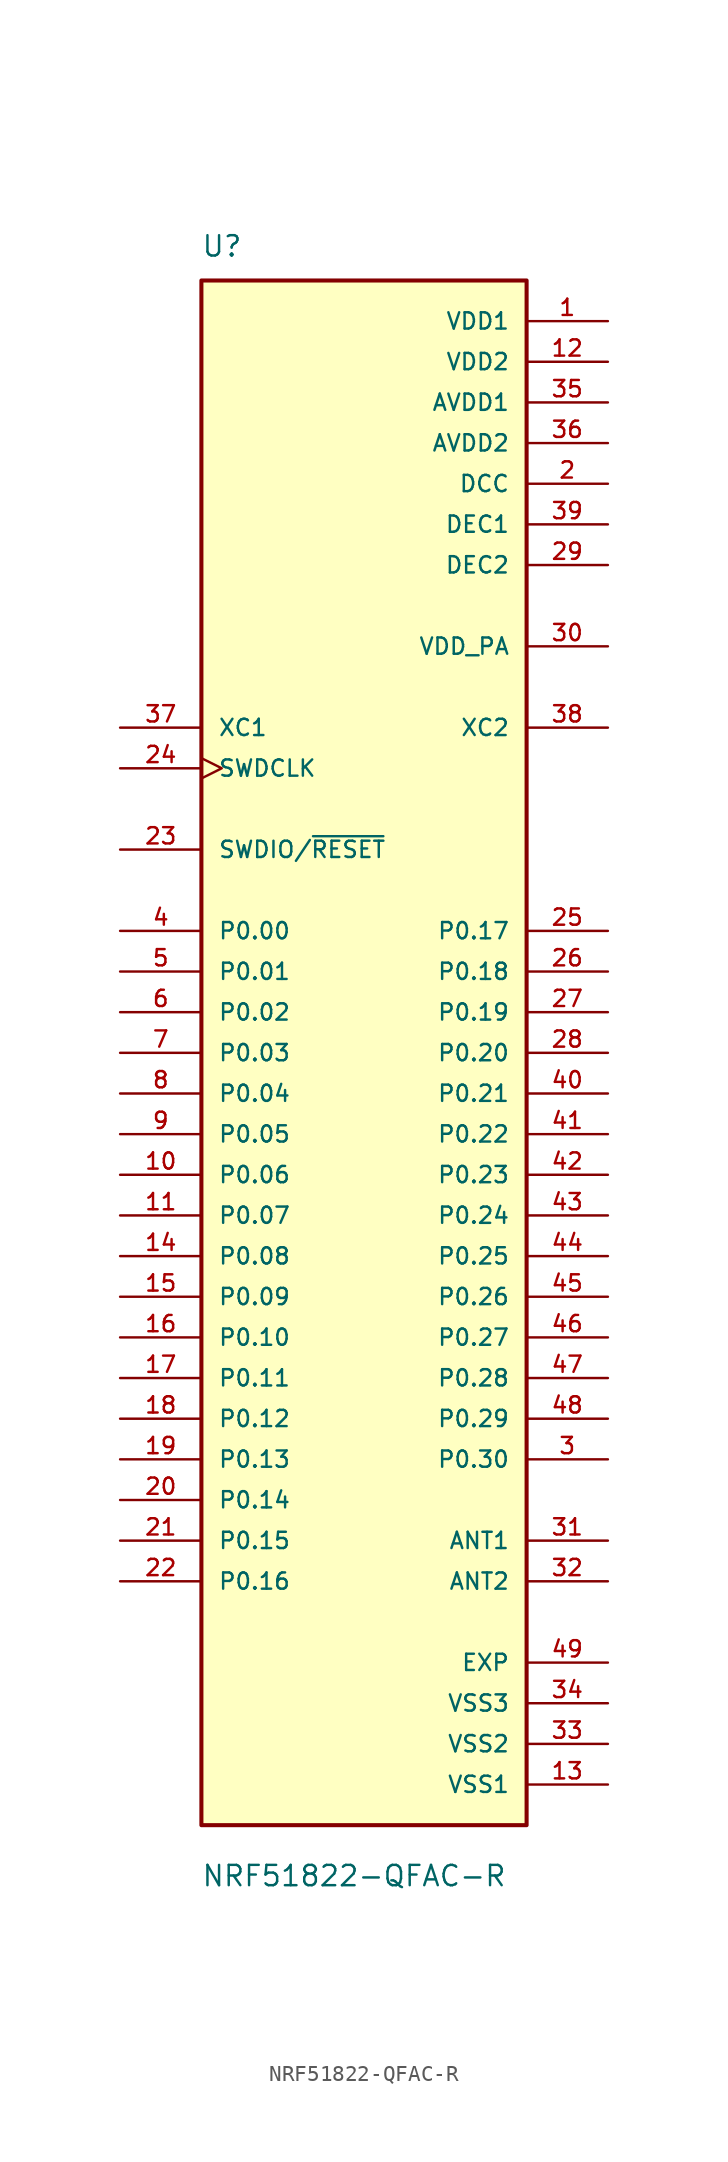
<source format=kicad_sym>
(kicad_symbol_lib
  (version 20211014)
  (generator kicad_symbol_editor)
  (symbol "NRF51822-QFAC-R"
    (pin_names
      (offset 1.016))
    (property "Reference" "U"
      (at -10.185 49.657 0)
      (effects (font (size 1.27 1.27)) (justify left bottom)))
    (property "Value" "NRF51822-QFAC-R"
      (at -10.185 -52.172 0)
      (effects (font (size 1.27 1.27)) (justify left bottom)))
    (property "ki_locked" ""
      (at 0 0 0)
      (effects (font (size 1.27 1.27))))
    (symbol "NRF51822-QFAC-R_0_0"
      (rectangle (start -10.16 -48.26) (end 10.16 48.26) (stroke (width 0.254) (type default) (color 0 0 0 0)) (fill (type background)))
      (pin power_in line (at 15.24 45.72 180) (length 5.08) (name "VDD1" (effects (font (size 1.016 1.016)))) (number "1" (effects (font (size 1.016 1.016)))))
      (pin bidirectional line (at -15.24 -7.62 0) (length 5.08) (name "P0.06" (effects (font (size 1.016 1.016)))) (number "10" (effects (font (size 1.016 1.016)))))
      (pin bidirectional line (at -15.24 -10.16 0) (length 5.08) (name "P0.07" (effects (font (size 1.016 1.016)))) (number "11" (effects (font (size 1.016 1.016)))))
      (pin power_in line (at 15.24 43.18 180) (length 5.08) (name "VDD2" (effects (font (size 1.016 1.016)))) (number "12" (effects (font (size 1.016 1.016)))))
      (pin power_in line (at 15.24 -45.72 180) (length 5.08) (name "VSS1" (effects (font (size 1.016 1.016)))) (number "13" (effects (font (size 1.016 1.016)))))
      (pin bidirectional line (at -15.24 -12.7 0) (length 5.08) (name "P0.08" (effects (font (size 1.016 1.016)))) (number "14" (effects (font (size 1.016 1.016)))))
      (pin bidirectional line (at -15.24 -15.24 0) (length 5.08) (name "P0.09" (effects (font (size 1.016 1.016)))) (number "15" (effects (font (size 1.016 1.016)))))
      (pin bidirectional line (at -15.24 -17.78 0) (length 5.08) (name "P0.10" (effects (font (size 1.016 1.016)))) (number "16" (effects (font (size 1.016 1.016)))))
      (pin bidirectional line (at -15.24 -20.32 0) (length 5.08) (name "P0.11" (effects (font (size 1.016 1.016)))) (number "17" (effects (font (size 1.016 1.016)))))
      (pin bidirectional line (at -15.24 -22.86 0) (length 5.08) (name "P0.12" (effects (font (size 1.016 1.016)))) (number "18" (effects (font (size 1.016 1.016)))))
      (pin bidirectional line (at -15.24 -25.4 0) (length 5.08) (name "P0.13" (effects (font (size 1.016 1.016)))) (number "19" (effects (font (size 1.016 1.016)))))
      (pin power_in line (at 15.24 35.56 180) (length 5.08) (name "DCC" (effects (font (size 1.016 1.016)))) (number "2" (effects (font (size 1.016 1.016)))))
      (pin bidirectional line (at -15.24 -27.94 0) (length 5.08) (name "P0.14" (effects (font (size 1.016 1.016)))) (number "20" (effects (font (size 1.016 1.016)))))
      (pin bidirectional line (at -15.24 -30.48 0) (length 5.08) (name "P0.15" (effects (font (size 1.016 1.016)))) (number "21" (effects (font (size 1.016 1.016)))))
      (pin bidirectional line (at -15.24 -33.02 0) (length 5.08) (name "P0.16" (effects (font (size 1.016 1.016)))) (number "22" (effects (font (size 1.016 1.016)))))
      (pin bidirectional line (at -15.24 12.7 0) (length 5.08) (name "SWDIO/~{RESET}" (effects (font (size 1.016 1.016)))) (number "23" (effects (font (size 1.016 1.016)))))
      (pin input clock (at -15.24 17.78 0) (length 5.08) (name "SWDCLK" (effects (font (size 1.016 1.016)))) (number "24" (effects (font (size 1.016 1.016)))))
      (pin bidirectional line (at 15.24 7.62 180) (length 5.08) (name "P0.17" (effects (font (size 1.016 1.016)))) (number "25" (effects (font (size 1.016 1.016)))))
      (pin bidirectional line (at 15.24 5.08 180) (length 5.08) (name "P0.18" (effects (font (size 1.016 1.016)))) (number "26" (effects (font (size 1.016 1.016)))))
      (pin bidirectional line (at 15.24 2.54 180) (length 5.08) (name "P0.19" (effects (font (size 1.016 1.016)))) (number "27" (effects (font (size 1.016 1.016)))))
      (pin bidirectional line (at 15.24 0 180) (length 5.08) (name "P0.20" (effects (font (size 1.016 1.016)))) (number "28" (effects (font (size 1.016 1.016)))))
      (pin power_in line (at 15.24 30.48 180) (length 5.08) (name "DEC2" (effects (font (size 1.016 1.016)))) (number "29" (effects (font (size 1.016 1.016)))))
      (pin bidirectional line (at 15.24 -25.4 180) (length 5.08) (name "P0.30" (effects (font (size 1.016 1.016)))) (number "3" (effects (font (size 1.016 1.016)))))
      (pin output line (at 15.24 25.4 180) (length 5.08) (name "VDD_PA" (effects (font (size 1.016 1.016)))) (number "30" (effects (font (size 1.016 1.016)))))
      (pin passive line (at 15.24 -30.48 180) (length 5.08) (name "ANT1" (effects (font (size 1.016 1.016)))) (number "31" (effects (font (size 1.016 1.016)))))
      (pin passive line (at 15.24 -33.02 180) (length 5.08) (name "ANT2" (effects (font (size 1.016 1.016)))) (number "32" (effects (font (size 1.016 1.016)))))
      (pin power_in line (at 15.24 -43.18 180) (length 5.08) (name "VSS2" (effects (font (size 1.016 1.016)))) (number "33" (effects (font (size 1.016 1.016)))))
      (pin power_in line (at 15.24 -40.64 180) (length 5.08) (name "VSS3" (effects (font (size 1.016 1.016)))) (number "34" (effects (font (size 1.016 1.016)))))
      (pin power_in line (at 15.24 40.64 180) (length 5.08) (name "AVDD1" (effects (font (size 1.016 1.016)))) (number "35" (effects (font (size 1.016 1.016)))))
      (pin power_in line (at 15.24 38.1 180) (length 5.08) (name "AVDD2" (effects (font (size 1.016 1.016)))) (number "36" (effects (font (size 1.016 1.016)))))
      (pin input line (at -15.24 20.32 0) (length 5.08) (name "XC1" (effects (font (size 1.016 1.016)))) (number "37" (effects (font (size 1.016 1.016)))))
      (pin output line (at 15.24 20.32 180) (length 5.08) (name "XC2" (effects (font (size 1.016 1.016)))) (number "38" (effects (font (size 1.016 1.016)))))
      (pin power_in line (at 15.24 33.02 180) (length 5.08) (name "DEC1" (effects (font (size 1.016 1.016)))) (number "39" (effects (font (size 1.016 1.016)))))
      (pin bidirectional line (at -15.24 7.62 0) (length 5.08) (name "P0.00" (effects (font (size 1.016 1.016)))) (number "4" (effects (font (size 1.016 1.016)))))
      (pin bidirectional line (at 15.24 -2.54 180) (length 5.08) (name "P0.21" (effects (font (size 1.016 1.016)))) (number "40" (effects (font (size 1.016 1.016)))))
      (pin bidirectional line (at 15.24 -5.08 180) (length 5.08) (name "P0.22" (effects (font (size 1.016 1.016)))) (number "41" (effects (font (size 1.016 1.016)))))
      (pin bidirectional line (at 15.24 -7.62 180) (length 5.08) (name "P0.23" (effects (font (size 1.016 1.016)))) (number "42" (effects (font (size 1.016 1.016)))))
      (pin bidirectional line (at 15.24 -10.16 180) (length 5.08) (name "P0.24" (effects (font (size 1.016 1.016)))) (number "43" (effects (font (size 1.016 1.016)))))
      (pin bidirectional line (at 15.24 -12.7 180) (length 5.08) (name "P0.25" (effects (font (size 1.016 1.016)))) (number "44" (effects (font (size 1.016 1.016)))))
      (pin bidirectional line (at 15.24 -15.24 180) (length 5.08) (name "P0.26" (effects (font (size 1.016 1.016)))) (number "45" (effects (font (size 1.016 1.016)))))
      (pin bidirectional line (at 15.24 -17.78 180) (length 5.08) (name "P0.27" (effects (font (size 1.016 1.016)))) (number "46" (effects (font (size 1.016 1.016)))))
      (pin bidirectional line (at 15.24 -20.32 180) (length 5.08) (name "P0.28" (effects (font (size 1.016 1.016)))) (number "47" (effects (font (size 1.016 1.016)))))
      (pin bidirectional line (at 15.24 -22.86 180) (length 5.08) (name "P0.29" (effects (font (size 1.016 1.016)))) (number "48" (effects (font (size 1.016 1.016)))))
      (pin power_in line (at 15.24 -38.1 180) (length 5.08) (name "EXP" (effects (font (size 1.016 1.016)))) (number "49" (effects (font (size 1.016 1.016)))))
      (pin bidirectional line (at -15.24 5.08 0) (length 5.08) (name "P0.01" (effects (font (size 1.016 1.016)))) (number "5" (effects (font (size 1.016 1.016)))))
      (pin bidirectional line (at -15.24 2.54 0) (length 5.08) (name "P0.02" (effects (font (size 1.016 1.016)))) (number "6" (effects (font (size 1.016 1.016)))))
      (pin bidirectional line (at -15.24 0 0) (length 5.08) (name "P0.03" (effects (font (size 1.016 1.016)))) (number "7" (effects (font (size 1.016 1.016)))))
      (pin bidirectional line (at -15.24 -2.54 0) (length 5.08) (name "P0.04" (effects (font (size 1.016 1.016)))) (number "8" (effects (font (size 1.016 1.016)))))
      (pin bidirectional line (at -15.24 -5.08 0) (length 5.08) (name "P0.05" (effects (font (size 1.016 1.016)))) (number "9" (effects (font (size 1.016 1.016))))))))
</source>
